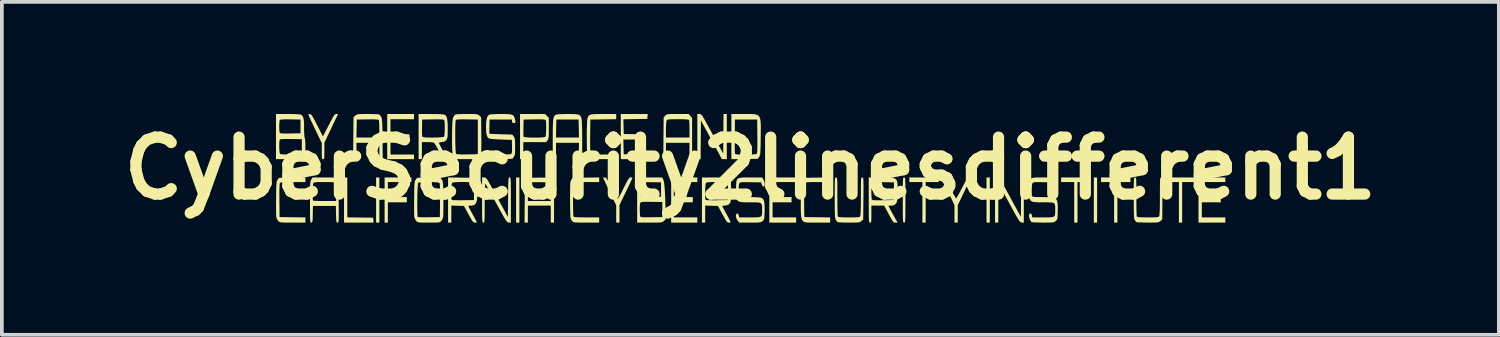
<source format=kicad_pcb>
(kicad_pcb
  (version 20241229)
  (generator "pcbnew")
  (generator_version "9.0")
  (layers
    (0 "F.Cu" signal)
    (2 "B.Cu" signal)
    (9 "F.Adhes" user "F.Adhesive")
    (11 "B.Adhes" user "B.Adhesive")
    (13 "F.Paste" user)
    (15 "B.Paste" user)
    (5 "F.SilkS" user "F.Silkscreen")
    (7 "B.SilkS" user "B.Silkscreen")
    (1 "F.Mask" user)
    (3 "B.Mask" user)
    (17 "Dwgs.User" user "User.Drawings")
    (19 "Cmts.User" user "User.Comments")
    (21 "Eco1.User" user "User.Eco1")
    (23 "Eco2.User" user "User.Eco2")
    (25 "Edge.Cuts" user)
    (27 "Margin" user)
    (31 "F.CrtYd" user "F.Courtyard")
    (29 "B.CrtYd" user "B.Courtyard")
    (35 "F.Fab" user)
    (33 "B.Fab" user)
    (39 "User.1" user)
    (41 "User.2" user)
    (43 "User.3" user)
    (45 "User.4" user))
  (footprint "CyberSecurity2linesdifferent1"
    (layer "F.Cu")
    (at 17.025 1.453)
    (property "Reference" "CyberSecurity2linesdifferent1" (at 0 0 0) (layer "F.SilkS") (effects (font (size 1.524 1.524) (thickness 0.3))))
    (attr board_only exclude_from_pos_files exclude_from_bom)
    (fp_poly (pts (xy -9.925 1.453) (xy -10.013 1.453) (xy -10.013 0.245) (xy -9.925 0.245)) (stroke (width 0) (type solid)) (fill yes) (layer "F.SilkS"))
    (fp_poly (pts (xy -6.179 1.453) (xy -6.267 1.453) (xy -6.267 0.245) (xy -6.179 0.245)) (stroke (width 0) (type solid)) (fill yes) (layer "F.SilkS"))
    (fp_poly (pts (xy 6.407 1.453) (xy 6.319 1.453) (xy 6.319 0.245) (xy 6.407 0.245)) (stroke (width 0) (type solid)) (fill yes) (layer "F.SilkS"))
    (fp_poly (pts (xy 9.278 1.453) (xy 9.19 1.453) (xy 9.19 0.245) (xy 9.278 0.245)) (stroke (width 0) (type solid)) (fill yes) (layer "F.SilkS"))
    (fp_poly (pts (xy -10.783 1.312) (xy -10.437 1.317) (xy -10.092 1.322) (xy -10.086 1.387) (xy -10.081 1.453) (xy -10.871 1.453) (xy -10.871 0.245) (xy -10.783 0.245)) (stroke (width 0) (type solid)) (fill yes) (layer "F.SilkS"))
    (fp_poly (pts (xy 5.041 0.368) (xy 4.691 0.368) (xy 4.691 1.453) (xy 4.604 1.453) (xy 4.604 0.368) (xy 4.254 0.368) (xy 4.254 0.245) (xy 5.041 0.245)) (stroke (width 0) (type solid)) (fill yes) (layer "F.SilkS"))
    (fp_poly (pts (xy 9.103 0.368) (xy 8.753 0.368) (xy 8.753 1.453) (xy 8.665 1.453) (xy 8.665 0.368) (xy 8.315 0.368) (xy 8.315 0.245) (xy 9.103 0.245)) (stroke (width 0) (type solid)) (fill yes) (layer "F.SilkS"))
    (fp_poly (pts (xy 10.171 0.368) (xy 9.82 0.368) (xy 9.82 1.453) (xy 9.733 1.453) (xy 9.733 0.368) (xy 9.383 0.368) (xy 9.383 0.245) (xy 10.171 0.245)) (stroke (width 0) (type solid)) (fill yes) (layer "F.SilkS"))
    (fp_poly (pts (xy 11.904 0.368) (xy 11.553 0.368) (xy 11.553 1.453) (xy 11.466 1.453) (xy 11.466 0.368) (xy 11.116 0.368) (xy 11.116 0.245) (xy 11.904 0.245)) (stroke (width 0) (type solid)) (fill yes) (layer "F.SilkS"))
    (fp_poly (pts (xy -9.068 0.368) (xy -9.698 0.368) (xy -9.698 0.77) (xy -9.19 0.77) (xy -9.19 0.91) (xy -9.698 0.91) (xy -9.698 1.453) (xy -9.785 1.453) (xy -9.785 0.245) (xy -9.068 0.245)) (stroke (width 0) (type solid)) (fill yes) (layer "F.SilkS"))
    (fp_poly (pts (xy -8.998 -1.313) (xy -9.628 -1.313) (xy -9.628 -0.91) (xy -9.12 -0.91) (xy -9.12 -0.77) (xy -9.628 -0.77) (xy -9.628 -0.368) (xy -8.998 -0.368) (xy -8.998 -0.245) (xy -9.715 -0.245) (xy -9.715 -1.453) (xy -8.998 -1.453)) (stroke (width 0) (type solid)) (fill yes) (layer "F.SilkS"))
    (fp_poly (pts (xy -1.418 0.368) (xy -2.048 0.368) (xy -2.048 0.77) (xy -1.54 0.77) (xy -1.54 0.91) (xy -2.048 0.91) (xy -2.048 1.313) (xy -1.418 1.313) (xy -1.418 1.453) (xy -2.118 1.453) (xy -2.118 0.245) (xy -1.418 0.245)) (stroke (width 0) (type solid)) (fill yes) (layer "F.SilkS"))
    (fp_poly (pts (xy 1.225 0.368) (xy 0.595 0.368) (xy 0.595 0.77) (xy 1.103 0.77) (xy 1.103 0.91) (xy 0.595 0.91) (xy 0.595 1.313) (xy 1.225 1.313) (xy 1.225 1.453) (xy 0.508 1.453) (xy 0.508 0.245) (xy 1.225 0.245)) (stroke (width 0) (type solid)) (fill yes) (layer "F.SilkS"))
    (fp_poly (pts (xy 12.709 0.368) (xy 12.079 0.368) (xy 12.079 0.769) (xy 12.577 0.779) (xy 12.588 0.91) (xy 12.079 0.91) (xy 12.079 1.313) (xy 12.709 1.313) (xy 12.709 1.453) (xy 11.991 1.453) (xy 11.991 0.245) (xy 12.709 0.245)) (stroke (width 0) (type solid)) (fill yes) (layer "F.SilkS"))
    (fp_poly (pts (xy -2.757 -1.322) (xy -3.077 -1.317) (xy -3.397 -1.312) (xy -3.387 -0.919) (xy -3.138 -0.914) (xy -2.888 -0.909) (xy -2.888 -0.77) (xy -3.397 -0.77) (xy -3.392 -0.573) (xy -3.387 -0.376) (xy -3.068 -0.372) (xy -2.748 -0.367) (xy -2.748 -0.245) (xy -3.466 -0.245) (xy -3.466 -1.453) (xy -2.746 -1.453)) (stroke (width 0) (type solid)) (fill yes) (layer "F.SilkS"))
    (fp_poly (pts (xy -0.63 -0.245) (xy -0.696 -0.246) (xy -0.761 -0.246) (xy -1.042 -0.765) (xy -1.322 -1.283) (xy -1.331 -0.245) (xy -1.418 -0.245) (xy -1.418 -1.453) (xy -1.361 -1.453) (xy -1.346 -1.452) (xy -1.331 -1.448) (xy -1.316 -1.438) (xy -1.298 -1.419) (xy -1.276 -1.387) (xy -1.247 -1.34) (xy -1.209 -1.275) (xy -1.161 -1.188) (xy -1.1 -1.077) (xy -1.024 -0.939) (xy -1.015 -0.923) (xy -0.726 -0.394) (xy -0.717 -1.453) (xy -0.63 -1.453)) (stroke (width 0) (type solid)) (fill yes) (layer "F.SilkS"))
    (fp_poly (pts (xy 7.238 1.3) (xy 7.243 0.773) (xy 7.244 0.623) (xy 7.246 0.505) (xy 7.248 0.414) (xy 7.25 0.347) (xy 7.253 0.301) (xy 7.257 0.271) (xy 7.263 0.255) (xy 7.27 0.247) (xy 7.28 0.245) (xy 7.282 0.245) (xy 7.292 0.246) (xy 7.299 0.251) (xy 7.305 0.264) (xy 7.309 0.288) (xy 7.313 0.327) (xy 7.315 0.383) (xy 7.316 0.461) (xy 7.317 0.564) (xy 7.317 0.695) (xy 7.317 0.85) (xy 7.317 1.455) (xy 7.261 1.45) (xy 7.246 1.447) (xy 7.231 1.441) (xy 7.215 1.428) (xy 7.195 1.404) (xy 7.171 1.368) (xy 7.139 1.316) (xy 7.098 1.244) (xy 7.046 1.15) (xy 6.981 1.031) (xy 6.92 0.92) (xy 6.634 0.395) (xy 6.634 1.453) (xy 6.547 1.453) (xy 6.547 0.245) (xy 6.663 0.245)) (stroke (width 0) (type solid)) (fill yes) (layer "F.SilkS"))
    (fp_poly (pts (xy 4.123 0.246) (xy 4.131 0.251) (xy 4.136 0.264) (xy 4.141 0.287) (xy 4.144 0.326) (xy 4.146 0.382) (xy 4.148 0.459) (xy 4.148 0.561) (xy 4.149 0.691) (xy 4.149 0.849) (xy 4.149 1.01) (xy 4.148 1.14) (xy 4.148 1.241) (xy 4.146 1.318) (xy 4.144 1.374) (xy 4.141 1.411) (xy 4.136 1.435) (xy 4.13 1.447) (xy 4.123 1.452) (xy 4.114 1.453) (xy 4.104 1.452) (xy 4.097 1.447) (xy 4.091 1.434) (xy 4.087 1.411) (xy 4.083 1.372) (xy 4.081 1.316) (xy 4.08 1.239) (xy 4.079 1.137) (xy 4.079 1.007) (xy 4.079 0.849) (xy 4.079 0.688) (xy 4.079 0.558) (xy 4.08 0.457) (xy 4.081 0.38) (xy 4.083 0.324) (xy 4.087 0.287) (xy 4.091 0.263) (xy 4.097 0.251) (xy 4.105 0.246) (xy 4.114 0.245)) (stroke (width 0) (type solid)) (fill yes) (layer "F.SilkS"))
    (fp_poly (pts (xy -4.771 -1.452) (xy -4.683 -1.449) (xy -4.621 -1.441) (xy -4.577 -1.427) (xy -4.549 -1.406) (xy -4.531 -1.375) (xy -4.517 -1.334) (xy -4.512 -1.298) (xy -4.508 -1.231) (xy -4.504 -1.138) (xy -4.501 -1.022) (xy -4.499 -0.889) (xy -4.499 -0.757) (xy -4.499 -0.245) (xy -4.586 -0.245) (xy -4.586 -0.683) (xy -5.199 -0.683) (xy -5.199 -0.245) (xy -5.287 -0.245) (xy -5.287 -0.771) (xy -5.286 -0.823) (xy -5.2 -0.823) (xy -4.585 -0.823) (xy -4.59 -1.063) (xy -4.595 -1.304) (xy -5.19 -1.304) (xy -5.195 -1.063) (xy -5.2 -0.823) (xy -5.286 -0.823) (xy -5.286 -0.936) (xy -5.285 -1.069) (xy -5.282 -1.175) (xy -5.277 -1.257) (xy -5.27 -1.318) (xy -5.259 -1.363) (xy -5.246 -1.394) (xy -5.229 -1.416) (xy -5.207 -1.431) (xy -5.202 -1.434) (xy -5.17 -1.441) (xy -5.109 -1.447) (xy -5.023 -1.451) (xy -4.918 -1.453) (xy -4.889 -1.453)) (stroke (width 0) (type solid)) (fill yes) (layer "F.SilkS"))
    (fp_poly (pts (xy 5.159 0.248) (xy 5.178 0.253) (xy 5.197 0.266) (xy 5.218 0.292) (xy 5.245 0.334) (xy 5.28 0.398) (xy 5.327 0.486) (xy 5.348 0.527) (xy 5.394 0.616) (xy 5.436 0.693) (xy 5.47 0.754) (xy 5.494 0.793) (xy 5.504 0.804) (xy 5.516 0.791) (xy 5.542 0.751) (xy 5.577 0.689) (xy 5.62 0.611) (xy 5.661 0.531) (xy 5.713 0.431) (xy 5.753 0.357) (xy 5.783 0.307) (xy 5.806 0.275) (xy 5.825 0.257) (xy 5.843 0.25) (xy 5.851 0.248) (xy 5.886 0.247) (xy 5.899 0.251) (xy 5.892 0.268) (xy 5.872 0.313) (xy 5.84 0.38) (xy 5.8 0.465) (xy 5.753 0.563) (xy 5.724 0.624) (xy 5.549 0.989) (xy 5.549 1.453) (xy 5.462 1.453) (xy 5.462 0.984) (xy 5.287 0.621) (xy 5.237 0.518) (xy 5.192 0.425) (xy 5.156 0.347) (xy 5.129 0.29) (xy 5.114 0.257) (xy 5.112 0.251) (xy 5.126 0.247)) (stroke (width 0) (type solid)) (fill yes) (layer "F.SilkS"))
    (fp_poly (pts (xy -11.904 0.368) (xy -12.234 0.368) (xy -12.356 0.368) (xy -12.447 0.37) (xy -12.511 0.373) (xy -12.553 0.379) (xy -12.577 0.386) (xy -12.584 0.392) (xy -12.591 0.413) (xy -12.596 0.461) (xy -12.599 0.538) (xy -12.601 0.644) (xy -12.6 0.782) (xy -12.6 0.86) (xy -12.595 1.304) (xy -11.904 1.314) (xy -11.904 1.453) (xy -12.246 1.453) (xy -12.363 1.453) (xy -12.451 1.452) (xy -12.514 1.45) (xy -12.557 1.446) (xy -12.586 1.44) (xy -12.606 1.432) (xy -12.621 1.419) (xy -12.63 1.411) (xy -12.663 1.363) (xy -12.682 1.31) (xy -12.685 1.277) (xy -12.687 1.214) (xy -12.689 1.127) (xy -12.689 1.022) (xy -12.689 0.903) (xy -12.688 0.802) (xy -12.686 0.664) (xy -12.684 0.557) (xy -12.682 0.476) (xy -12.678 0.417) (xy -12.674 0.375) (xy -12.668 0.346) (xy -12.659 0.325) (xy -12.649 0.308) (xy -12.646 0.303) (xy -12.609 0.254) (xy -12.256 0.249) (xy -11.904 0.244)) (stroke (width 0) (type solid)) (fill yes) (layer "F.SilkS"))
    (fp_poly (pts (xy -3.164 0.247) (xy -3.151 0.252) (xy -3.158 0.269) (xy -3.179 0.313) (xy -3.21 0.379) (xy -3.25 0.464) (xy -3.297 0.562) (xy -3.326 0.621) (xy -3.501 0.984) (xy -3.501 1.453) (xy -3.589 1.453) (xy -3.589 0.989) (xy -3.764 0.624) (xy -3.813 0.52) (xy -3.858 0.427) (xy -3.894 0.349) (xy -3.921 0.292) (xy -3.936 0.258) (xy -3.939 0.252) (xy -3.924 0.247) (xy -3.896 0.245) (xy -3.878 0.248) (xy -3.86 0.261) (xy -3.839 0.288) (xy -3.811 0.332) (xy -3.773 0.398) (xy -3.724 0.491) (xy -3.713 0.512) (xy -3.666 0.602) (xy -3.624 0.681) (xy -3.589 0.746) (xy -3.566 0.79) (xy -3.557 0.805) (xy -3.547 0.807) (xy -3.53 0.788) (xy -3.503 0.747) (xy -3.466 0.68) (xy -3.417 0.585) (xy -3.394 0.538) (xy -3.342 0.435) (xy -3.303 0.36) (xy -3.274 0.307) (xy -3.251 0.274) (xy -3.233 0.255) (xy -3.216 0.247) (xy -3.199 0.245)) (stroke (width 0) (type solid)) (fill yes) (layer "F.SilkS"))
    (fp_poly (pts (xy -3.589 -1.314) (xy -4.28 -1.304) (xy -4.285 -0.86) (xy -4.286 -0.706) (xy -4.285 -0.584) (xy -4.283 -0.494) (xy -4.279 -0.433) (xy -4.273 -0.399) (xy -4.269 -0.392) (xy -4.255 -0.383) (xy -4.224 -0.376) (xy -4.174 -0.372) (xy -4.099 -0.369) (xy -3.996 -0.368) (xy -3.919 -0.368) (xy -3.589 -0.368) (xy -3.589 -0.245) (xy -3.936 -0.245) (xy -4.056 -0.245) (xy -4.146 -0.246) (xy -4.211 -0.249) (xy -4.255 -0.253) (xy -4.284 -0.259) (xy -4.302 -0.267) (xy -4.311 -0.276) (xy -4.338 -0.315) (xy -4.358 -0.356) (xy -4.363 -0.389) (xy -4.368 -0.451) (xy -4.372 -0.537) (xy -4.374 -0.639) (xy -4.376 -0.752) (xy -4.376 -0.87) (xy -4.375 -0.987) (xy -4.373 -1.096) (xy -4.37 -1.192) (xy -4.366 -1.27) (xy -4.361 -1.321) (xy -4.358 -1.334) (xy -4.346 -1.372) (xy -4.33 -1.401) (xy -4.306 -1.422) (xy -4.269 -1.437) (xy -4.215 -1.446) (xy -4.138 -1.451) (xy -4.035 -1.453) (xy -3.926 -1.453) (xy -3.589 -1.453)) (stroke (width 0) (type solid)) (fill yes) (layer "F.SilkS"))
    (fp_poly (pts (xy 2.136 0.368) (xy 1.805 0.368) (xy 1.683 0.368) (xy 1.592 0.37) (xy 1.528 0.373) (xy 1.486 0.379) (xy 1.462 0.386) (xy 1.455 0.392) (xy 1.448 0.413) (xy 1.443 0.461) (xy 1.44 0.538) (xy 1.439 0.644) (xy 1.439 0.782) (xy 1.439 0.86) (xy 1.444 1.304) (xy 1.79 1.309) (xy 2.136 1.314) (xy 2.136 1.453) (xy 1.793 1.453) (xy 1.676 1.453) (xy 1.588 1.452) (xy 1.525 1.45) (xy 1.482 1.446) (xy 1.453 1.44) (xy 1.433 1.432) (xy 1.418 1.419) (xy 1.41 1.411) (xy 1.391 1.39) (xy 1.377 1.363) (xy 1.366 1.327) (xy 1.358 1.277) (xy 1.353 1.211) (xy 1.35 1.124) (xy 1.349 1.011) (xy 1.35 0.87) (xy 1.351 0.785) (xy 1.353 0.65) (xy 1.355 0.546) (xy 1.358 0.467) (xy 1.361 0.41) (xy 1.366 0.37) (xy 1.373 0.342) (xy 1.381 0.322) (xy 1.393 0.304) (xy 1.394 0.303) (xy 1.43 0.254) (xy 1.783 0.249) (xy 2.136 0.244)) (stroke (width 0) (type solid)) (fill yes) (layer "F.SilkS"))
    (fp_poly (pts (xy -11.07 -1.37) (xy -11.091 -1.327) (xy -11.123 -1.26) (xy -11.164 -1.174) (xy -11.21 -1.077) (xy -11.254 -0.985) (xy -11.396 -0.684) (xy -11.396 -0.465) (xy -11.396 -0.374) (xy -11.398 -0.312) (xy -11.401 -0.274) (xy -11.408 -0.254) (xy -11.419 -0.246) (xy -11.431 -0.245) (xy -11.446 -0.247) (xy -11.455 -0.257) (xy -11.461 -0.28) (xy -11.465 -0.323) (xy -11.466 -0.391) (xy -11.466 -0.46) (xy -11.466 -0.676) (xy -11.634 -1.025) (xy -11.695 -1.153) (xy -11.743 -1.253) (xy -11.778 -1.328) (xy -11.802 -1.382) (xy -11.816 -1.418) (xy -11.822 -1.439) (xy -11.819 -1.45) (xy -11.81 -1.453) (xy -11.797 -1.451) (xy -11.785 -1.45) (xy -11.767 -1.445) (xy -11.749 -1.433) (xy -11.729 -1.409) (xy -11.703 -1.369) (xy -11.67 -1.308) (xy -11.625 -1.224) (xy -11.587 -1.148) (xy -11.436 -0.853) (xy -11.28 -1.153) (xy -11.226 -1.257) (xy -11.185 -1.334) (xy -11.154 -1.387) (xy -11.13 -1.422) (xy -11.111 -1.442) (xy -11.094 -1.451) (xy -11.077 -1.453) (xy -11.076 -1.453) (xy -11.028 -1.453)) (stroke (width 0) (type solid)) (fill yes) (layer "F.SilkS"))
    (fp_poly (pts (xy -5.443 -1.402) (xy -5.392 -1.351) (xy -5.392 -1.072) (xy -5.392 -0.965) (xy -5.393 -0.888) (xy -5.397 -0.835) (xy -5.402 -0.798) (xy -5.411 -0.772) (xy -5.424 -0.752) (xy -5.428 -0.746) (xy -5.464 -0.7) (xy -6.074 -0.7) (xy -6.074 -0.245) (xy -6.162 -0.245) (xy -6.162 -1.001) (xy -6.072 -1.001) (xy -6.071 -0.927) (xy -6.07 -0.873) (xy -6.067 -0.846) (xy -6.067 -0.846) (xy -6.047 -0.837) (xy -5.999 -0.83) (xy -5.93 -0.825) (xy -5.849 -0.822) (xy -5.761 -0.821) (xy -5.674 -0.822) (xy -5.596 -0.826) (xy -5.533 -0.831) (xy -5.492 -0.839) (xy -5.483 -0.844) (xy -5.474 -0.869) (xy -5.468 -0.92) (xy -5.464 -0.989) (xy -5.462 -1.067) (xy -5.462 -1.145) (xy -5.464 -1.215) (xy -5.47 -1.267) (xy -5.476 -1.291) (xy -5.491 -1.3) (xy -5.524 -1.306) (xy -5.581 -1.309) (xy -5.664 -1.31) (xy -5.778 -1.309) (xy -5.778 -1.309) (xy -6.066 -1.304) (xy -6.07 -1.086) (xy -6.072 -1.001) (xy -6.162 -1.001) (xy -6.162 -1.453) (xy -5.494 -1.453)) (stroke (width 0) (type solid)) (fill yes) (layer "F.SilkS"))
    (fp_poly (pts (xy -10.144 -1.452) (xy -10.058 -1.45) (xy -9.99 -1.448) (xy -9.946 -1.444) (xy -9.935 -1.442) (xy -9.908 -1.42) (xy -9.879 -1.381) (xy -9.877 -1.376) (xy -9.868 -1.357) (xy -9.861 -1.331) (xy -9.856 -1.294) (xy -9.851 -1.243) (xy -9.848 -1.174) (xy -9.845 -1.082) (xy -9.843 -0.964) (xy -9.841 -0.815) (xy -9.841 -0.783) (xy -9.836 -0.245) (xy -9.925 -0.245) (xy -9.925 -0.683) (xy -10.538 -0.683) (xy -10.538 -0.245) (xy -10.627 -0.245) (xy -10.622 -0.807) (xy -10.622 -0.823) (xy -10.539 -0.823) (xy -9.925 -0.823) (xy -9.926 -1.046) (xy -9.927 -1.132) (xy -9.93 -1.207) (xy -9.934 -1.262) (xy -9.94 -1.29) (xy -9.94 -1.291) (xy -9.955 -1.3) (xy -9.988 -1.306) (xy -10.044 -1.309) (xy -10.128 -1.31) (xy -10.242 -1.309) (xy -10.242 -1.309) (xy -10.529 -1.304) (xy -10.534 -1.063) (xy -10.539 -0.823) (xy -10.622 -0.823) (xy -10.617 -1.368) (xy -10.568 -1.411) (xy -10.548 -1.427) (xy -10.527 -1.438) (xy -10.499 -1.445) (xy -10.457 -1.45) (xy -10.397 -1.452) (xy -10.312 -1.453) (xy -10.241 -1.453)) (stroke (width 0) (type solid)) (fill yes) (layer "F.SilkS"))
    (fp_poly (pts (xy -5.481 0.248) (xy -5.409 0.249) (xy -5.361 0.251) (xy -5.346 0.253) (xy -5.314 0.274) (xy -5.284 0.314) (xy -5.28 0.322) (xy -5.272 0.343) (xy -5.265 0.372) (xy -5.26 0.413) (xy -5.257 0.468) (xy -5.254 0.543) (xy -5.253 0.641) (xy -5.252 0.766) (xy -5.252 0.917) (xy -5.252 1.453) (xy -5.339 1.453) (xy -5.339 0.998) (xy -5.952 0.998) (xy -5.952 1.453) (xy -6.041 1.453) (xy -6.036 0.903) (xy -6.035 0.875) (xy -5.952 0.875) (xy -5.338 0.875) (xy -5.343 0.626) (xy -5.348 0.376) (xy -5.626 0.372) (xy -5.75 0.371) (xy -5.84 0.373) (xy -5.899 0.378) (xy -5.927 0.386) (xy -5.928 0.387) (xy -5.938 0.405) (xy -5.945 0.441) (xy -5.95 0.5) (xy -5.952 0.588) (xy -5.952 0.641) (xy -5.952 0.875) (xy -6.035 0.875) (xy -6.034 0.749) (xy -6.033 0.627) (xy -6.031 0.531) (xy -6.028 0.459) (xy -6.025 0.406) (xy -6.02 0.368) (xy -6.014 0.342) (xy -6.007 0.323) (xy -5.997 0.308) (xy -5.994 0.303) (xy -5.957 0.254) (xy -5.67 0.249) (xy -5.57 0.248)) (stroke (width 0) (type solid)) (fill yes) (layer "F.SilkS"))
    (fp_poly (pts (xy -4.044 0.368) (xy -4.373 0.368) (xy -4.503 0.368) (xy -4.602 0.371) (xy -4.67 0.376) (xy -4.71 0.382) (xy -4.723 0.389) (xy -4.73 0.408) (xy -4.736 0.45) (xy -4.74 0.518) (xy -4.742 0.614) (xy -4.744 0.741) (xy -4.744 0.834) (xy -4.743 0.953) (xy -4.742 1.062) (xy -4.74 1.155) (xy -4.738 1.227) (xy -4.735 1.272) (xy -4.733 1.285) (xy -4.726 1.295) (xy -4.708 1.302) (xy -4.676 1.307) (xy -4.624 1.31) (xy -4.549 1.312) (xy -4.446 1.313) (xy -4.383 1.313) (xy -4.044 1.313) (xy -4.044 1.453) (xy -4.385 1.453) (xy -4.503 1.453) (xy -4.592 1.452) (xy -4.655 1.449) (xy -4.698 1.446) (xy -4.727 1.439) (xy -4.746 1.431) (xy -4.76 1.419) (xy -4.761 1.418) (xy -4.792 1.374) (xy -4.809 1.335) (xy -4.813 1.305) (xy -4.816 1.245) (xy -4.819 1.16) (xy -4.821 1.056) (xy -4.822 0.938) (xy -4.823 0.82) (xy -4.823 0.679) (xy -4.822 0.57) (xy -4.821 0.486) (xy -4.818 0.425) (xy -4.815 0.381) (xy -4.809 0.351) (xy -4.802 0.329) (xy -4.792 0.312) (xy -4.786 0.303) (xy -4.749 0.254) (xy -4.396 0.249) (xy -4.044 0.244)) (stroke (width 0) (type solid)) (fill yes) (layer "F.SilkS"))
    (fp_poly (pts (xy 0.043 -1.452) (xy 0.118 -1.447) (xy 0.175 -1.433) (xy 0.217 -1.408) (xy 0.247 -1.369) (xy 0.266 -1.312) (xy 0.276 -1.235) (xy 0.28 -1.133) (xy 0.28 -1.003) (xy 0.278 -0.843) (xy 0.277 -0.785) (xy 0.275 -0.65) (xy 0.273 -0.546) (xy 0.27 -0.467) (xy 0.267 -0.41) (xy 0.262 -0.37) (xy 0.255 -0.342) (xy 0.247 -0.322) (xy 0.235 -0.304) (xy 0.234 -0.303) (xy 0.198 -0.254) (xy -0.155 -0.249) (xy -0.508 -0.244) (xy -0.508 -0.643) (xy -0.417 -0.643) (xy -0.417 -0.547) (xy -0.415 -0.472) (xy -0.413 -0.423) (xy -0.412 -0.407) (xy -0.407 -0.392) (xy -0.398 -0.382) (xy -0.378 -0.375) (xy -0.344 -0.371) (xy -0.289 -0.368) (xy -0.209 -0.368) (xy -0.124 -0.368) (xy -0.013 -0.368) (xy 0.068 -0.371) (xy 0.123 -0.375) (xy 0.157 -0.382) (xy 0.173 -0.392) (xy 0.173 -0.392) (xy 0.18 -0.413) (xy 0.185 -0.461) (xy 0.188 -0.538) (xy 0.189 -0.644) (xy 0.189 -0.782) (xy 0.188 -0.86) (xy 0.184 -1.304) (xy -0.411 -1.304) (xy -0.416 -0.875) (xy -0.417 -0.754) (xy -0.417 -0.643) (xy -0.508 -0.643) (xy -0.508 -1.453) (xy -0.166 -1.453) (xy -0.05 -1.453)) (stroke (width 0) (type solid)) (fill yes) (layer "F.SilkS"))
    (fp_poly (pts (xy -2.333 0.292) (xy -2.318 0.333) (xy -2.305 0.406) (xy -2.294 0.511) (xy -2.285 0.645) (xy -2.277 0.806) (xy -2.272 0.993) (xy -2.27 1.126) (xy -2.267 1.368) (xy -2.316 1.411) (xy -2.334 1.425) (xy -2.353 1.436) (xy -2.379 1.444) (xy -2.415 1.449) (xy -2.469 1.451) (xy -2.545 1.453) (xy -2.649 1.453) (xy -2.697 1.453) (xy -3.028 1.453) (xy -3.028 1.095) (xy -2.958 1.095) (xy -2.957 1.17) (xy -2.954 1.233) (xy -2.95 1.276) (xy -2.948 1.286) (xy -2.94 1.296) (xy -2.922 1.303) (xy -2.89 1.308) (xy -2.838 1.31) (xy -2.762 1.31) (xy -2.655 1.309) (xy -2.646 1.309) (xy -2.354 1.304) (xy -2.354 0.902) (xy -2.632 0.897) (xy -2.756 0.896) (xy -2.847 0.898) (xy -2.906 0.903) (xy -2.934 0.912) (xy -2.934 0.912) (xy -2.947 0.935) (xy -2.955 0.982) (xy -2.958 1.058) (xy -2.958 1.095) (xy -3.028 1.095) (xy -3.028 0.605) (xy -2.959 0.605) (xy -2.955 0.672) (xy -2.948 0.724) (xy -2.937 0.75) (xy -2.916 0.759) (xy -2.871 0.764) (xy -2.799 0.767) (xy -2.697 0.767) (xy -2.652 0.766) (xy -2.389 0.761) (xy -2.389 0.376) (xy -2.65 0.372) (xy -2.77 0.371) (xy -2.858 0.373) (xy -2.912 0.379) (xy -2.934 0.387) (xy -2.946 0.414) (xy -2.954 0.466) (xy -2.959 0.533) (xy -2.959 0.605) (xy -3.028 0.605) (xy -3.028 0.245) (xy -2.364 0.245)) (stroke (width 0) (type solid)) (fill yes) (layer "F.SilkS"))
    (fp_poly (pts (xy -7.735 0.249) (xy -7.382 0.254) (xy -7.345 0.303) (xy -7.329 0.33) (xy -7.317 0.363) (xy -7.31 0.409) (xy -7.305 0.477) (xy -7.302 0.555) (xy -7.301 0.695) (xy -7.307 0.804) (xy -7.322 0.885) (xy -7.346 0.942) (xy -7.382 0.977) (xy -7.43 0.994) (xy -7.474 0.998) (xy -7.518 1) (xy -7.543 1.007) (xy -7.545 1.009) (xy -7.537 1.028) (xy -7.515 1.072) (xy -7.482 1.134) (xy -7.442 1.209) (xy -7.431 1.229) (xy -7.389 1.306) (xy -7.354 1.371) (xy -7.33 1.419) (xy -7.318 1.443) (xy -7.317 1.445) (xy -7.332 1.451) (xy -7.368 1.453) (xy -7.389 1.451) (xy -7.408 1.441) (xy -7.429 1.42) (xy -7.455 1.382) (xy -7.49 1.322) (xy -7.537 1.237) (xy -7.541 1.23) (xy -7.663 1.007) (xy -7.831 1.002) (xy -8 0.997) (xy -8 1.453) (xy -8.087 1.453) (xy -8.087 0.688) (xy -8.001 0.688) (xy -7.999 0.759) (xy -7.996 0.814) (xy -7.989 0.844) (xy -7.988 0.846) (xy -7.967 0.85) (xy -7.917 0.853) (xy -7.845 0.854) (xy -7.756 0.855) (xy -7.686 0.854) (xy -7.396 0.849) (xy -7.391 0.633) (xy -7.39 0.52) (xy -7.394 0.442) (xy -7.402 0.399) (xy -7.406 0.392) (xy -7.431 0.382) (xy -7.484 0.375) (xy -7.556 0.37) (xy -7.64 0.367) (xy -7.729 0.366) (xy -7.815 0.368) (xy -7.89 0.372) (xy -7.946 0.378) (xy -7.977 0.387) (xy -7.979 0.389) (xy -7.987 0.413) (xy -7.993 0.464) (xy -7.997 0.532) (xy -8 0.61) (xy -8.001 0.688) (xy -8.087 0.688) (xy -8.087 0.244)) (stroke (width 0) (type solid)) (fill yes) (layer "F.SilkS"))
    (fp_poly (pts (xy -1.603 -1.399) (xy -1.558 -1.345) (xy -1.558 -0.795) (xy -1.558 -0.642) (xy -1.558 -0.52) (xy -1.559 -0.426) (xy -1.561 -0.357) (xy -1.563 -0.308) (xy -1.567 -0.276) (xy -1.572 -0.257) (xy -1.579 -0.248) (xy -1.588 -0.245) (xy -1.593 -0.245) (xy -1.607 -0.247) (xy -1.617 -0.257) (xy -1.623 -0.28) (xy -1.627 -0.322) (xy -1.628 -0.39) (xy -1.628 -0.464) (xy -1.628 -0.683) (xy -2.258 -0.683) (xy -2.258 -0.464) (xy -2.258 -0.373) (xy -2.26 -0.312) (xy -2.264 -0.274) (xy -2.27 -0.254) (xy -2.281 -0.246) (xy -2.294 -0.245) (xy -2.304 -0.246) (xy -2.312 -0.251) (xy -2.318 -0.263) (xy -2.322 -0.286) (xy -2.325 -0.325) (xy -2.326 -0.381) (xy -2.327 -0.46) (xy -2.326 -0.563) (xy -2.325 -0.696) (xy -2.325 -0.804) (xy -2.324 -0.823) (xy -2.258 -0.823) (xy -1.628 -0.823) (xy -1.628 -1.04) (xy -1.629 -1.126) (xy -1.631 -1.201) (xy -1.634 -1.256) (xy -1.638 -1.285) (xy -1.639 -1.285) (xy -1.647 -1.296) (xy -1.666 -1.303) (xy -1.701 -1.308) (xy -1.757 -1.311) (xy -1.838 -1.313) (xy -1.936 -1.313) (xy -2.042 -1.313) (xy -2.119 -1.311) (xy -2.172 -1.309) (xy -2.205 -1.304) (xy -2.225 -1.296) (xy -2.236 -1.285) (xy -2.24 -1.279) (xy -2.247 -1.249) (xy -2.253 -1.192) (xy -2.257 -1.116) (xy -2.258 -1.034) (xy -2.258 -0.823) (xy -2.324 -0.823) (xy -2.319 -1.363) (xy -2.277 -1.408) (xy -2.261 -1.424) (xy -2.243 -1.436) (xy -2.22 -1.444) (xy -2.185 -1.449) (xy -2.132 -1.452) (xy -2.055 -1.453) (xy -1.95 -1.453) (xy -1.649 -1.453)) (stroke (width 0) (type solid)) (fill yes) (layer "F.SilkS"))
    (fp_poly (pts (xy -7.475 -1.453) (xy -7.399 -1.452) (xy -7.346 -1.449) (xy -7.31 -1.443) (xy -7.285 -1.434) (xy -7.265 -1.421) (xy -7.252 -1.411) (xy -7.203 -1.368) (xy -7.198 -0.899) (xy -7.196 -0.742) (xy -7.196 -0.616) (xy -7.197 -0.517) (xy -7.2 -0.441) (xy -7.205 -0.385) (xy -7.212 -0.345) (xy -7.222 -0.315) (xy -7.235 -0.294) (xy -7.248 -0.279) (xy -7.263 -0.267) (xy -7.283 -0.258) (xy -7.314 -0.252) (xy -7.361 -0.248) (xy -7.428 -0.246) (xy -7.523 -0.245) (xy -7.587 -0.245) (xy -7.892 -0.245) (xy -7.927 -0.29) (xy -7.945 -0.319) (xy -7.959 -0.36) (xy -7.969 -0.415) (xy -7.976 -0.49) (xy -7.98 -0.586) (xy -7.981 -0.709) (xy -7.98 -0.862) (xy -7.979 -0.935) (xy -7.895 -0.935) (xy -7.895 -0.825) (xy -7.894 -0.716) (xy -7.891 -0.613) (xy -7.888 -0.523) (xy -7.883 -0.452) (xy -7.878 -0.405) (xy -7.873 -0.388) (xy -7.853 -0.38) (xy -7.809 -0.374) (xy -7.739 -0.371) (xy -7.64 -0.371) (xy -7.571 -0.372) (xy -7.291 -0.376) (xy -7.291 -1.304) (xy -7.578 -1.309) (xy -7.693 -1.31) (xy -7.776 -1.309) (xy -7.832 -1.306) (xy -7.866 -1.3) (xy -7.88 -1.291) (xy -7.88 -1.291) (xy -7.886 -1.266) (xy -7.89 -1.211) (xy -7.893 -1.134) (xy -7.895 -1.04) (xy -7.895 -0.935) (xy -7.979 -0.935) (xy -7.979 -0.937) (xy -7.977 -1.067) (xy -7.974 -1.168) (xy -7.97 -1.243) (xy -7.965 -1.298) (xy -7.958 -1.337) (xy -7.949 -1.364) (xy -7.944 -1.376) (xy -7.916 -1.416) (xy -7.888 -1.441) (xy -7.885 -1.442) (xy -7.859 -1.446) (xy -7.804 -1.449) (xy -7.727 -1.451) (xy -7.636 -1.453) (xy -7.579 -1.453)) (stroke (width 0) (type solid)) (fill yes) (layer "F.SilkS"))
    (fp_poly (pts (xy -7.104 0.246) (xy -7.09 0.249) (xy -7.075 0.259) (xy -7.057 0.278) (xy -7.035 0.309) (xy -7.006 0.355) (xy -6.969 0.42) (xy -6.921 0.506) (xy -6.861 0.616) (xy -6.786 0.753) (xy -6.774 0.775) (xy -6.486 1.304) (xy -6.481 0.775) (xy -6.48 0.625) (xy -6.478 0.506) (xy -6.477 0.415) (xy -6.474 0.348) (xy -6.471 0.302) (xy -6.467 0.272) (xy -6.461 0.255) (xy -6.454 0.247) (xy -6.444 0.245) (xy -6.442 0.245) (xy -6.432 0.246) (xy -6.425 0.251) (xy -6.419 0.264) (xy -6.415 0.288) (xy -6.411 0.327) (xy -6.409 0.383) (xy -6.408 0.461) (xy -6.407 0.564) (xy -6.407 0.695) (xy -6.407 0.85) (xy -6.407 1.455) (xy -6.464 1.45) (xy -6.48 1.447) (xy -6.495 1.441) (xy -6.511 1.428) (xy -6.53 1.405) (xy -6.555 1.368) (xy -6.587 1.316) (xy -6.628 1.244) (xy -6.68 1.15) (xy -6.746 1.03) (xy -6.797 0.937) (xy -6.864 0.814) (xy -6.926 0.702) (xy -6.981 0.602) (xy -7.027 0.52) (xy -7.062 0.458) (xy -7.084 0.421) (xy -7.09 0.412) (xy -7.095 0.424) (xy -7.1 0.47) (xy -7.103 0.547) (xy -7.105 0.656) (xy -7.107 0.795) (xy -7.107 0.924) (xy -7.107 1.074) (xy -7.108 1.192) (xy -7.108 1.283) (xy -7.11 1.35) (xy -7.113 1.397) (xy -7.117 1.426) (xy -7.122 1.443) (xy -7.13 1.451) (xy -7.139 1.453) (xy -7.142 1.453) (xy -7.151 1.452) (xy -7.159 1.447) (xy -7.165 1.434) (xy -7.169 1.411) (xy -7.173 1.372) (xy -7.175 1.316) (xy -7.176 1.239) (xy -7.177 1.137) (xy -7.177 1.007) (xy -7.177 0.849) (xy -7.177 0.245) (xy -7.12 0.245)) (stroke (width 0) (type solid)) (fill yes) (layer "F.SilkS"))
    (fp_poly (pts (xy -0.559 0.29) (xy -0.543 0.309) (xy -0.532 0.328) (xy -0.524 0.355) (xy -0.519 0.395) (xy -0.517 0.454) (xy -0.516 0.538) (xy -0.516 0.613) (xy -0.517 0.719) (xy -0.518 0.795) (xy -0.522 0.849) (xy -0.527 0.886) (xy -0.536 0.913) (xy -0.549 0.934) (xy -0.553 0.94) (xy -0.586 0.973) (xy -0.627 0.989) (xy -0.671 0.994) (xy -0.719 0.999) (xy -0.748 1.005) (xy -0.753 1.008) (xy -0.745 1.026) (xy -0.723 1.069) (xy -0.69 1.13) (xy -0.65 1.204) (xy -0.639 1.224) (xy -0.597 1.301) (xy -0.562 1.366) (xy -0.537 1.415) (xy -0.526 1.44) (xy -0.525 1.442) (xy -0.54 1.45) (xy -0.575 1.453) (xy -0.596 1.451) (xy -0.615 1.441) (xy -0.635 1.418) (xy -0.662 1.379) (xy -0.697 1.318) (xy -0.745 1.23) (xy -0.746 1.23) (xy -0.867 1.007) (xy -1.037 1.002) (xy -1.208 0.997) (xy -1.208 1.453) (xy -1.295 1.453) (xy -1.295 0.688) (xy -1.209 0.688) (xy -1.207 0.759) (xy -1.204 0.814) (xy -1.197 0.844) (xy -1.196 0.846) (xy -1.175 0.85) (xy -1.125 0.853) (xy -1.053 0.854) (xy -0.964 0.855) (xy -0.894 0.854) (xy -0.604 0.849) (xy -0.599 0.633) (xy -0.598 0.52) (xy -0.602 0.442) (xy -0.61 0.399) (xy -0.614 0.392) (xy -0.639 0.382) (xy -0.692 0.375) (xy -0.764 0.37) (xy -0.848 0.367) (xy -0.937 0.366) (xy -1.023 0.368) (xy -1.098 0.372) (xy -1.154 0.378) (xy -1.185 0.387) (xy -1.187 0.389) (xy -1.194 0.413) (xy -1.201 0.464) (xy -1.205 0.532) (xy -1.208 0.61) (xy -1.209 0.688) (xy -1.295 0.688) (xy -1.295 0.245) (xy -0.601 0.245)) (stroke (width 0) (type solid)) (fill yes) (layer "F.SilkS"))
    (fp_poly (pts (xy -12.263 -1.452) (xy -12.167 -1.449) (xy -12.091 -1.445) (xy -12.041 -1.439) (xy -12.025 -1.435) (xy -11.991 -1.409) (xy -11.966 -1.371) (xy -11.951 -1.316) (xy -11.942 -1.238) (xy -11.939 -1.132) (xy -11.939 -1.089) (xy -11.939 -0.998) (xy -11.935 -0.917) (xy -11.93 -0.854) (xy -11.923 -0.817) (xy -11.922 -0.817) (xy -11.913 -0.774) (xy -11.907 -0.705) (xy -11.904 -0.622) (xy -11.904 -0.533) (xy -11.908 -0.449) (xy -11.914 -0.379) (xy -11.923 -0.335) (xy -11.946 -0.291) (xy -11.974 -0.263) (xy -11.974 -0.262) (xy -12.001 -0.257) (xy -12.058 -0.252) (xy -12.137 -0.248) (xy -12.234 -0.246) (xy -12.343 -0.245) (xy -12.349 -0.245) (xy -12.691 -0.245) (xy -12.691 -0.613) (xy -12.604 -0.613) (xy -12.603 -0.539) (xy -12.599 -0.471) (xy -12.592 -0.418) (xy -12.583 -0.389) (xy -12.582 -0.388) (xy -12.562 -0.38) (xy -12.518 -0.374) (xy -12.448 -0.371) (xy -12.349 -0.371) (xy -12.28 -0.372) (xy -12 -0.376) (xy -12 -0.779) (xy -12.287 -0.784) (xy -12.401 -0.785) (xy -12.485 -0.784) (xy -12.541 -0.781) (xy -12.574 -0.775) (xy -12.589 -0.766) (xy -12.589 -0.766) (xy -12.597 -0.736) (xy -12.602 -0.681) (xy -12.604 -0.613) (xy -12.691 -0.613) (xy -12.691 -1.075) (xy -12.603 -1.075) (xy -12.601 -1.012) (xy -12.596 -0.967) (xy -12.593 -0.955) (xy -12.585 -0.944) (xy -12.567 -0.937) (xy -12.534 -0.932) (xy -12.48 -0.93) (xy -12.402 -0.93) (xy -12.308 -0.932) (xy -12.035 -0.937) (xy -12.035 -1.304) (xy -12.305 -1.309) (xy -12.415 -1.31) (xy -12.495 -1.309) (xy -12.548 -1.305) (xy -12.578 -1.299) (xy -12.589 -1.291) (xy -12.596 -1.264) (xy -12.6 -1.211) (xy -12.603 -1.145) (xy -12.603 -1.075) (xy -12.691 -1.075) (xy -12.691 -1.453) (xy -12.375 -1.453)) (stroke (width 0) (type solid)) (fill yes) (layer "F.SilkS"))
    (fp_poly (pts (xy 3.644 0.245) (xy 3.748 0.248) (xy 3.824 0.258) (xy 3.878 0.279) (xy 3.912 0.314) (xy 3.931 0.368) (xy 3.938 0.444) (xy 3.939 0.547) (xy 3.936 0.67) (xy 3.933 0.766) (xy 3.93 0.834) (xy 3.924 0.88) (xy 3.916 0.911) (xy 3.904 0.933) (xy 3.887 0.953) (xy 3.847 0.984) (xy 3.796 0.997) (xy 3.769 0.998) (xy 3.723 0.999) (xy 3.696 1.003) (xy 3.694 1.004) (xy 3.702 1.022) (xy 3.723 1.063) (xy 3.754 1.121) (xy 3.791 1.189) (xy 3.831 1.26) (xy 3.869 1.328) (xy 3.897 1.379) (xy 3.94 1.453) (xy 3.883 1.453) (xy 3.86 1.452) (xy 3.84 1.445) (xy 3.821 1.428) (xy 3.797 1.395) (xy 3.767 1.344) (xy 3.725 1.268) (xy 3.702 1.226) (xy 3.58 0.998) (xy 3.409 0.998) (xy 3.238 0.998) (xy 3.238 1.225) (xy 3.238 1.318) (xy 3.237 1.382) (xy 3.233 1.421) (xy 3.227 1.443) (xy 3.217 1.451) (xy 3.203 1.453) (xy 3.194 1.452) (xy 3.187 1.447) (xy 3.181 1.434) (xy 3.176 1.411) (xy 3.173 1.372) (xy 3.171 1.316) (xy 3.169 1.239) (xy 3.169 1.137) (xy 3.168 1.007) (xy 3.168 0.849) (xy 3.168 0.605) (xy 3.238 0.605) (xy 3.239 0.687) (xy 3.242 0.758) (xy 3.246 0.809) (xy 3.249 0.83) (xy 3.257 0.841) (xy 3.275 0.848) (xy 3.307 0.853) (xy 3.359 0.855) (xy 3.435 0.855) (xy 3.541 0.854) (xy 3.551 0.854) (xy 3.842 0.849) (xy 3.842 0.376) (xy 3.565 0.372) (xy 3.441 0.371) (xy 3.35 0.373) (xy 3.291 0.378) (xy 3.263 0.386) (xy 3.263 0.387) (xy 3.251 0.407) (xy 3.244 0.447) (xy 3.24 0.513) (xy 3.238 0.605) (xy 3.168 0.605) (xy 3.168 0.245) (xy 3.51 0.245)) (stroke (width 0) (type solid)) (fill yes) (layer "F.SilkS"))
    (fp_poly (pts (xy -8.447 -1.452) (xy -8.351 -1.45) (xy -8.271 -1.446) (xy -8.214 -1.442) (xy -8.188 -1.437) (xy -8.155 -1.417) (xy -8.13 -1.383) (xy -8.113 -1.331) (xy -8.103 -1.257) (xy -8.097 -1.155) (xy -8.096 -1.056) (xy -8.097 -0.956) (xy -8.098 -0.885) (xy -8.103 -0.836) (xy -8.11 -0.802) (xy -8.121 -0.777) (xy -8.133 -0.758) (xy -8.165 -0.725) (xy -8.207 -0.709) (xy -8.251 -0.704) (xy -8.299 -0.697) (xy -8.328 -0.686) (xy -8.332 -0.681) (xy -8.324 -0.659) (xy -8.302 -0.613) (xy -8.267 -0.546) (xy -8.224 -0.465) (xy -8.174 -0.373) (xy -8.12 -0.276) (xy -8.11 -0.258) (xy -8.12 -0.249) (xy -8.154 -0.245) (xy -8.161 -0.245) (xy -8.185 -0.247) (xy -8.206 -0.254) (xy -8.226 -0.273) (xy -8.249 -0.308) (xy -8.281 -0.365) (xy -8.322 -0.442) (xy -8.363 -0.52) (xy -8.401 -0.588) (xy -8.432 -0.64) (xy -8.451 -0.669) (xy -8.451 -0.67) (xy -8.471 -0.685) (xy -8.504 -0.694) (xy -8.556 -0.699) (xy -8.633 -0.7) (xy -8.788 -0.7) (xy -8.788 -0.245) (xy -8.875 -0.245) (xy -8.875 -0.977) (xy -8.785 -0.977) (xy -8.783 -0.907) (xy -8.778 -0.863) (xy -8.77 -0.841) (xy -8.766 -0.838) (xy -8.738 -0.831) (xy -8.684 -0.826) (xy -8.61 -0.823) (xy -8.526 -0.822) (xy -8.437 -0.823) (xy -8.353 -0.826) (xy -8.279 -0.83) (xy -8.225 -0.836) (xy -8.197 -0.843) (xy -8.196 -0.844) (xy -8.188 -0.869) (xy -8.181 -0.92) (xy -8.177 -0.989) (xy -8.175 -1.067) (xy -8.175 -1.145) (xy -8.178 -1.215) (xy -8.183 -1.267) (xy -8.19 -1.291) (xy -8.204 -1.3) (xy -8.238 -1.306) (xy -8.294 -1.309) (xy -8.377 -1.31) (xy -8.491 -1.309) (xy -8.491 -1.309) (xy -8.779 -1.304) (xy -8.784 -1.078) (xy -8.785 -0.977) (xy -8.875 -0.977) (xy -8.875 -1.453) (xy -8.552 -1.453)) (stroke (width 0) (type solid)) (fill yes) (layer "F.SilkS"))
    (fp_poly (pts (xy -8.256 0.303) (xy -8.244 0.32) (xy -8.235 0.34) (xy -8.229 0.366) (xy -8.224 0.404) (xy -8.22 0.459) (xy -8.218 0.533) (xy -8.216 0.633) (xy -8.214 0.762) (xy -8.213 0.802) (xy -8.212 0.927) (xy -8.212 1.044) (xy -8.213 1.146) (xy -8.214 1.229) (xy -8.217 1.286) (xy -8.219 1.31) (xy -8.239 1.366) (xy -8.272 1.411) (xy -8.288 1.427) (xy -8.307 1.438) (xy -8.332 1.445) (xy -8.371 1.45) (xy -8.428 1.452) (xy -8.51 1.453) (xy -8.604 1.453) (xy -8.711 1.453) (xy -8.789 1.452) (xy -8.843 1.449) (xy -8.88 1.444) (xy -8.904 1.436) (xy -8.922 1.425) (xy -8.936 1.411) (xy -8.969 1.363) (xy -8.989 1.31) (xy -8.992 1.277) (xy -8.994 1.214) (xy -8.995 1.127) (xy -8.996 1.022) (xy -8.995 0.953) (xy -8.911 0.953) (xy -8.911 1.058) (xy -8.909 1.15) (xy -8.907 1.226) (xy -8.903 1.278) (xy -8.898 1.301) (xy -8.898 1.302) (xy -8.877 1.305) (xy -8.828 1.308) (xy -8.755 1.31) (xy -8.666 1.31) (xy -8.596 1.309) (xy -8.306 1.304) (xy -8.302 0.86) (xy -8.301 0.706) (xy -8.301 0.584) (xy -8.303 0.494) (xy -8.307 0.433) (xy -8.313 0.399) (xy -8.317 0.392) (xy -8.342 0.382) (xy -8.394 0.375) (xy -8.466 0.37) (xy -8.55 0.367) (xy -8.639 0.366) (xy -8.725 0.368) (xy -8.8 0.372) (xy -8.856 0.378) (xy -8.887 0.387) (xy -8.889 0.389) (xy -8.895 0.411) (xy -8.899 0.462) (xy -8.903 0.537) (xy -8.907 0.629) (xy -8.909 0.733) (xy -8.911 0.843) (xy -8.911 0.953) (xy -8.995 0.953) (xy -8.995 0.903) (xy -8.994 0.802) (xy -8.992 0.664) (xy -8.991 0.557) (xy -8.988 0.476) (xy -8.985 0.417) (xy -8.98 0.375) (xy -8.974 0.346) (xy -8.966 0.325) (xy -8.955 0.308) (xy -8.952 0.303) (xy -8.915 0.254) (xy -8.292 0.254)) (stroke (width 0) (type solid)) (fill yes) (layer "F.SilkS"))
    (fp_poly (pts (xy 3.004 0.246) (xy 3.012 0.251) (xy 3.018 0.263) (xy 3.022 0.286) (xy 3.025 0.324) (xy 3.026 0.381) (xy 3.027 0.459) (xy 3.027 0.562) (xy 3.026 0.695) (xy 3.025 0.807) (xy 3.02 1.368) (xy 2.971 1.411) (xy 2.951 1.426) (xy 2.93 1.438) (xy 2.902 1.445) (xy 2.862 1.45) (xy 2.802 1.452) (xy 2.718 1.453) (xy 2.638 1.453) (xy 2.541 1.452) (xy 2.456 1.45) (xy 2.389 1.446) (xy 2.347 1.442) (xy 2.336 1.44) (xy 2.313 1.416) (xy 2.288 1.383) (xy 2.279 1.368) (xy 2.273 1.346) (xy 2.268 1.315) (xy 2.264 1.269) (xy 2.261 1.205) (xy 2.26 1.12) (xy 2.259 1.01) (xy 2.258 0.87) (xy 2.258 0.793) (xy 2.258 0.64) (xy 2.259 0.519) (xy 2.259 0.425) (xy 2.261 0.356) (xy 2.264 0.307) (xy 2.267 0.275) (xy 2.273 0.257) (xy 2.279 0.248) (xy 2.288 0.245) (xy 2.293 0.245) (xy 2.303 0.246) (xy 2.311 0.252) (xy 2.317 0.266) (xy 2.322 0.292) (xy 2.325 0.334) (xy 2.327 0.396) (xy 2.328 0.48) (xy 2.328 0.593) (xy 2.328 0.736) (xy 2.328 0.751) (xy 2.329 0.882) (xy 2.33 1.002) (xy 2.331 1.107) (xy 2.333 1.192) (xy 2.336 1.252) (xy 2.338 1.283) (xy 2.339 1.285) (xy 2.347 1.296) (xy 2.366 1.303) (xy 2.401 1.308) (xy 2.457 1.311) (xy 2.538 1.313) (xy 2.636 1.313) (xy 2.743 1.313) (xy 2.82 1.311) (xy 2.872 1.309) (xy 2.906 1.304) (xy 2.925 1.296) (xy 2.937 1.285) (xy 2.94 1.279) (xy 2.946 1.251) (xy 2.951 1.19) (xy 2.954 1.099) (xy 2.957 0.98) (xy 2.958 0.836) (xy 2.958 0.745) (xy 2.958 0.6) (xy 2.959 0.486) (xy 2.96 0.399) (xy 2.962 0.337) (xy 2.965 0.294) (xy 2.969 0.267) (xy 2.975 0.252) (xy 2.983 0.246) (xy 2.993 0.245) (xy 2.994 0.245)) (stroke (width 0) (type solid)) (fill yes) (layer "F.SilkS"))
    (fp_poly (pts (xy 11.004 0.246) (xy 11.012 0.251) (xy 11.018 0.263) (xy 11.022 0.286) (xy 11.025 0.324) (xy 11.026 0.381) (xy 11.027 0.459) (xy 11.027 0.562) (xy 11.026 0.695) (xy 11.025 0.807) (xy 11.02 1.368) (xy 10.97 1.411) (xy 10.951 1.426) (xy 10.93 1.438) (xy 10.903 1.445) (xy 10.863 1.449) (xy 10.804 1.451) (xy 10.72 1.452) (xy 10.638 1.452) (xy 10.541 1.451) (xy 10.455 1.449) (xy 10.387 1.446) (xy 10.344 1.443) (xy 10.332 1.441) (xy 10.309 1.42) (xy 10.284 1.383) (xy 10.284 1.382) (xy 10.276 1.362) (xy 10.27 1.331) (xy 10.266 1.286) (xy 10.262 1.223) (xy 10.26 1.139) (xy 10.259 1.029) (xy 10.258 0.89) (xy 10.258 0.789) (xy 10.258 0.637) (xy 10.258 0.516) (xy 10.259 0.423) (xy 10.261 0.354) (xy 10.264 0.306) (xy 10.267 0.274) (xy 10.273 0.256) (xy 10.28 0.248) (xy 10.288 0.245) (xy 10.293 0.245) (xy 10.303 0.246) (xy 10.311 0.252) (xy 10.317 0.266) (xy 10.322 0.292) (xy 10.325 0.334) (xy 10.326 0.396) (xy 10.328 0.48) (xy 10.328 0.593) (xy 10.328 0.736) (xy 10.328 0.751) (xy 10.328 0.882) (xy 10.329 1.002) (xy 10.331 1.107) (xy 10.333 1.192) (xy 10.335 1.252) (xy 10.338 1.283) (xy 10.339 1.285) (xy 10.347 1.296) (xy 10.366 1.303) (xy 10.401 1.308) (xy 10.457 1.311) (xy 10.538 1.313) (xy 10.636 1.313) (xy 10.742 1.313) (xy 10.819 1.311) (xy 10.872 1.309) (xy 10.906 1.304) (xy 10.925 1.296) (xy 10.936 1.285) (xy 10.94 1.279) (xy 10.946 1.251) (xy 10.95 1.19) (xy 10.954 1.099) (xy 10.957 0.98) (xy 10.958 0.836) (xy 10.958 0.745) (xy 10.958 0.6) (xy 10.959 0.486) (xy 10.96 0.399) (xy 10.961 0.337) (xy 10.964 0.294) (xy 10.969 0.267) (xy 10.975 0.252) (xy 10.983 0.246) (xy 10.993 0.245) (xy 10.994 0.245)) (stroke (width 0) (type solid)) (fill yes) (layer "F.SilkS"))
    (fp_poly (pts (xy -6.557 -1.452) (xy -6.469 -1.449) (xy -6.406 -1.441) (xy -6.363 -1.427) (xy -6.335 -1.406) (xy -6.316 -1.375) (xy -6.303 -1.334) (xy -6.287 -1.269) (xy -6.287 -1.23) (xy -6.302 -1.212) (xy -6.327 -1.208) (xy -6.36 -1.216) (xy -6.374 -1.247) (xy -6.375 -1.256) (xy -6.381 -1.304) (xy -6.976 -1.304) (xy -6.981 -1.116) (xy -6.982 -1.039) (xy -6.983 -0.977) (xy -6.982 -0.936) (xy -6.981 -0.924) (xy -6.963 -0.923) (xy -6.915 -0.92) (xy -6.844 -0.917) (xy -6.755 -0.914) (xy -6.671 -0.911) (xy -6.367 -0.902) (xy -6.33 -0.852) (xy -6.315 -0.828) (xy -6.304 -0.8) (xy -6.298 -0.762) (xy -6.294 -0.705) (xy -6.293 -0.623) (xy -6.293 -0.578) (xy -6.294 -0.483) (xy -6.296 -0.416) (xy -6.301 -0.371) (xy -6.309 -0.339) (xy -6.323 -0.314) (xy -6.33 -0.303) (xy -6.367 -0.254) (xy -6.674 -0.249) (xy -6.787 -0.248) (xy -6.87 -0.248) (xy -6.928 -0.25) (xy -6.967 -0.254) (xy -6.992 -0.261) (xy -7.008 -0.271) (xy -7.011 -0.274) (xy -7.052 -0.338) (xy -7.071 -0.42) (xy -7.072 -0.439) (xy -7.067 -0.476) (xy -7.046 -0.489) (xy -7.028 -0.49) (xy -6.994 -0.482) (xy -6.985 -0.457) (xy -6.984 -0.424) (xy -6.977 -0.401) (xy -6.961 -0.385) (xy -6.929 -0.375) (xy -6.878 -0.37) (xy -6.801 -0.368) (xy -6.695 -0.368) (xy -6.687 -0.368) (xy -6.577 -0.368) (xy -6.496 -0.371) (xy -6.442 -0.375) (xy -6.408 -0.382) (xy -6.391 -0.391) (xy -6.391 -0.392) (xy -6.38 -0.425) (xy -6.375 -0.49) (xy -6.376 -0.586) (xy -6.376 -0.589) (xy -6.381 -0.761) (xy -6.669 -0.77) (xy -6.79 -0.775) (xy -6.887 -0.782) (xy -6.956 -0.79) (xy -6.994 -0.799) (xy -6.996 -0.8) (xy -7.028 -0.83) (xy -7.05 -0.877) (xy -7.065 -0.948) (xy -7.071 -1.046) (xy -7.072 -1.115) (xy -7.068 -1.235) (xy -7.055 -1.324) (xy -7.033 -1.387) (xy -7 -1.426) (xy -6.987 -1.434) (xy -6.956 -1.441) (xy -6.894 -1.447) (xy -6.809 -1.451) (xy -6.703 -1.453) (xy -6.675 -1.453)) (stroke (width 0) (type solid)) (fill yes) (layer "F.SilkS"))
    (fp_poly (pts (xy 0.003 0.245) (xy 0.316 0.245) (xy 0.35 0.302) (xy 0.374 0.355) (xy 0.385 0.409) (xy 0.383 0.456) (xy 0.368 0.485) (xy 0.354 0.49) (xy 0.324 0.473) (xy 0.306 0.433) (xy 0.289 0.376) (xy 0.009 0.372) (xy -0.098 0.37) (xy -0.174 0.37) (xy -0.227 0.372) (xy -0.26 0.377) (xy -0.281 0.385) (xy -0.293 0.396) (xy -0.293 0.397) (xy -0.303 0.427) (xy -0.31 0.482) (xy -0.314 0.551) (xy -0.316 0.623) (xy -0.313 0.687) (xy -0.307 0.734) (xy -0.304 0.743) (xy -0.296 0.753) (xy -0.276 0.761) (xy -0.24 0.766) (xy -0.182 0.769) (xy -0.098 0.77) (xy -0.026 0.77) (xy 0.071 0.771) (xy 0.159 0.774) (xy 0.229 0.779) (xy 0.276 0.784) (xy 0.287 0.787) (xy 0.325 0.808) (xy 0.353 0.842) (xy 0.371 0.893) (xy 0.38 0.966) (xy 0.383 1.066) (xy 0.382 1.141) (xy 0.38 1.234) (xy 0.376 1.299) (xy 0.371 1.342) (xy 0.363 1.37) (xy 0.35 1.39) (xy 0.331 1.408) (xy 0.327 1.411) (xy 0.308 1.426) (xy 0.287 1.438) (xy 0.259 1.445) (xy 0.219 1.45) (xy 0.16 1.452) (xy 0.076 1.453) (xy -0.008 1.453) (xy -0.294 1.453) (xy -0.34 1.399) (xy -0.369 1.352) (xy -0.385 1.299) (xy -0.387 1.252) (xy -0.375 1.218) (xy -0.352 1.208) (xy -0.323 1.222) (xy -0.309 1.26) (xy -0.298 1.313) (xy -0.01 1.313) (xy 0.104 1.313) (xy 0.188 1.311) (xy 0.246 1.304) (xy 0.283 1.289) (xy 0.304 1.263) (xy 0.313 1.224) (xy 0.315 1.168) (xy 0.315 1.112) (xy 0.315 1.041) (xy 0.312 0.989) (xy 0.3 0.953) (xy 0.276 0.93) (xy 0.235 0.917) (xy 0.171 0.912) (xy 0.081 0.91) (xy -0.009 0.91) (xy -0.134 0.91) (xy -0.229 0.905) (xy -0.296 0.893) (xy -0.341 0.868) (xy -0.369 0.827) (xy -0.382 0.766) (xy -0.385 0.679) (xy -0.383 0.563) (xy -0.382 0.537) (xy -0.38 0.441) (xy -0.375 0.369) (xy -0.364 0.317) (xy -0.342 0.282) (xy -0.305 0.261) (xy -0.248 0.25) (xy -0.167 0.245) (xy -0.057 0.245)) (stroke (width 0) (type solid)) (fill yes) (layer "F.SilkS"))
    (fp_poly (pts (xy -11.287 0.245) (xy -11.204 0.246) (xy -11.146 0.249) (xy -11.107 0.253) (xy -11.082 0.26) (xy -11.065 0.27) (xy -11.053 0.282) (xy -11.044 0.294) (xy -11.036 0.31) (xy -11.03 0.335) (xy -11.026 0.371) (xy -11.022 0.422) (xy -11.02 0.493) (xy -11.018 0.587) (xy -11.016 0.708) (xy -11.015 0.86) (xy -11.014 0.886) (xy -11.013 1.042) (xy -11.012 1.166) (xy -11.012 1.262) (xy -11.013 1.334) (xy -11.015 1.385) (xy -11.018 1.419) (xy -11.023 1.439) (xy -11.029 1.449) (xy -11.038 1.453) (xy -11.045 1.453) (xy -11.059 1.451) (xy -11.069 1.441) (xy -11.076 1.417) (xy -11.08 1.375) (xy -11.083 1.307) (xy -11.085 1.23) (xy -11.09 1.007) (xy -11.702 1.007) (xy -11.707 1.23) (xy -11.709 1.322) (xy -11.712 1.384) (xy -11.717 1.423) (xy -11.724 1.444) (xy -11.735 1.452) (xy -11.746 1.453) (xy -11.756 1.452) (xy -11.764 1.446) (xy -11.77 1.432) (xy -11.774 1.407) (xy -11.777 1.366) (xy -11.779 1.305) (xy -11.78 1.223) (xy -11.781 1.114) (xy -11.781 0.975) (xy -11.781 0.906) (xy -11.781 0.752) (xy -11.781 0.711) (xy -11.711 0.711) (xy -11.709 0.781) (xy -11.706 0.834) (xy -11.7 0.862) (xy -11.699 0.864) (xy -11.679 0.867) (xy -11.629 0.871) (xy -11.556 0.873) (xy -11.466 0.875) (xy -11.384 0.875) (xy -11.081 0.875) (xy -11.081 0.655) (xy -11.082 0.568) (xy -11.086 0.492) (xy -11.092 0.434) (xy -11.099 0.402) (xy -11.099 0.401) (xy -11.108 0.389) (xy -11.124 0.38) (xy -11.151 0.374) (xy -11.195 0.37) (xy -11.261 0.368) (xy -11.355 0.368) (xy -11.396 0.368) (xy -11.501 0.368) (xy -11.577 0.369) (xy -11.628 0.372) (xy -11.66 0.377) (xy -11.679 0.385) (xy -11.69 0.397) (xy -11.693 0.401) (xy -11.699 0.43) (xy -11.705 0.484) (xy -11.708 0.554) (xy -11.71 0.633) (xy -11.711 0.711) (xy -11.781 0.711) (xy -11.78 0.63) (xy -11.779 0.534) (xy -11.777 0.461) (xy -11.774 0.408) (xy -11.77 0.369) (xy -11.764 0.341) (xy -11.756 0.321) (xy -11.747 0.303) (xy -11.746 0.302) (xy -11.711 0.245) (xy -11.399 0.245)) (stroke (width 0) (type solid)) (fill yes) (layer "F.SilkS"))
    (fp_poly (pts (xy 7.845 0.245) (xy 8.158 0.245) (xy 8.193 0.302) (xy 8.216 0.355) (xy 8.227 0.41) (xy 8.225 0.456) (xy 8.21 0.485) (xy 8.195 0.49) (xy 8.164 0.473) (xy 8.146 0.433) (xy 8.13 0.376) (xy 7.851 0.372) (xy 7.744 0.37) (xy 7.668 0.37) (xy 7.615 0.372) (xy 7.582 0.377) (xy 7.562 0.385) (xy 7.55 0.396) (xy 7.549 0.397) (xy 7.54 0.427) (xy 7.532 0.482) (xy 7.528 0.551) (xy 7.527 0.623) (xy 7.529 0.687) (xy 7.535 0.734) (xy 7.538 0.743) (xy 7.547 0.753) (xy 7.566 0.761) (xy 7.602 0.766) (xy 7.66 0.769) (xy 7.744 0.77) (xy 7.817 0.77) (xy 7.914 0.771) (xy 8.001 0.774) (xy 8.072 0.779) (xy 8.118 0.784) (xy 8.129 0.787) (xy 8.168 0.808) (xy 8.195 0.842) (xy 8.213 0.893) (xy 8.223 0.966) (xy 8.226 1.066) (xy 8.224 1.141) (xy 8.222 1.234) (xy 8.219 1.299) (xy 8.214 1.342) (xy 8.205 1.37) (xy 8.192 1.39) (xy 8.173 1.408) (xy 8.17 1.411) (xy 8.15 1.426) (xy 8.129 1.438) (xy 8.102 1.445) (xy 8.062 1.449) (xy 8.003 1.451) (xy 7.919 1.452) (xy 7.837 1.452) (xy 7.74 1.451) (xy 7.654 1.449) (xy 7.586 1.446) (xy 7.543 1.443) (xy 7.531 1.441) (xy 7.502 1.414) (xy 7.476 1.364) (xy 7.46 1.305) (xy 7.457 1.27) (xy 7.461 1.227) (xy 7.477 1.21) (xy 7.49 1.208) (xy 7.519 1.222) (xy 7.533 1.26) (xy 7.544 1.313) (xy 7.833 1.313) (xy 7.947 1.313) (xy 8.03 1.311) (xy 8.088 1.304) (xy 8.125 1.289) (xy 8.146 1.263) (xy 8.155 1.224) (xy 8.157 1.168) (xy 8.157 1.112) (xy 8.157 1.041) (xy 8.154 0.989) (xy 8.142 0.953) (xy 8.118 0.93) (xy 8.077 0.917) (xy 8.013 0.912) (xy 7.923 0.91) (xy 7.833 0.91) (xy 7.708 0.91) (xy 7.614 0.905) (xy 7.546 0.893) (xy 7.501 0.868) (xy 7.474 0.827) (xy 7.461 0.766) (xy 7.457 0.679) (xy 7.459 0.563) (xy 7.46 0.537) (xy 7.463 0.441) (xy 7.467 0.369) (xy 7.478 0.317) (xy 7.5 0.282) (xy 7.537 0.261) (xy 7.594 0.25) (xy 7.675 0.245) (xy 7.785 0.245)) (stroke (width 0) (type solid)) (fill yes) (layer "F.SilkS")))
  (gr_rect
    (start -3 -3)
    (end 37.051 5.908)
    (stroke (width 0.1) (type default))
    (fill no)
    (layer "Edge.Cuts")))
</source>
